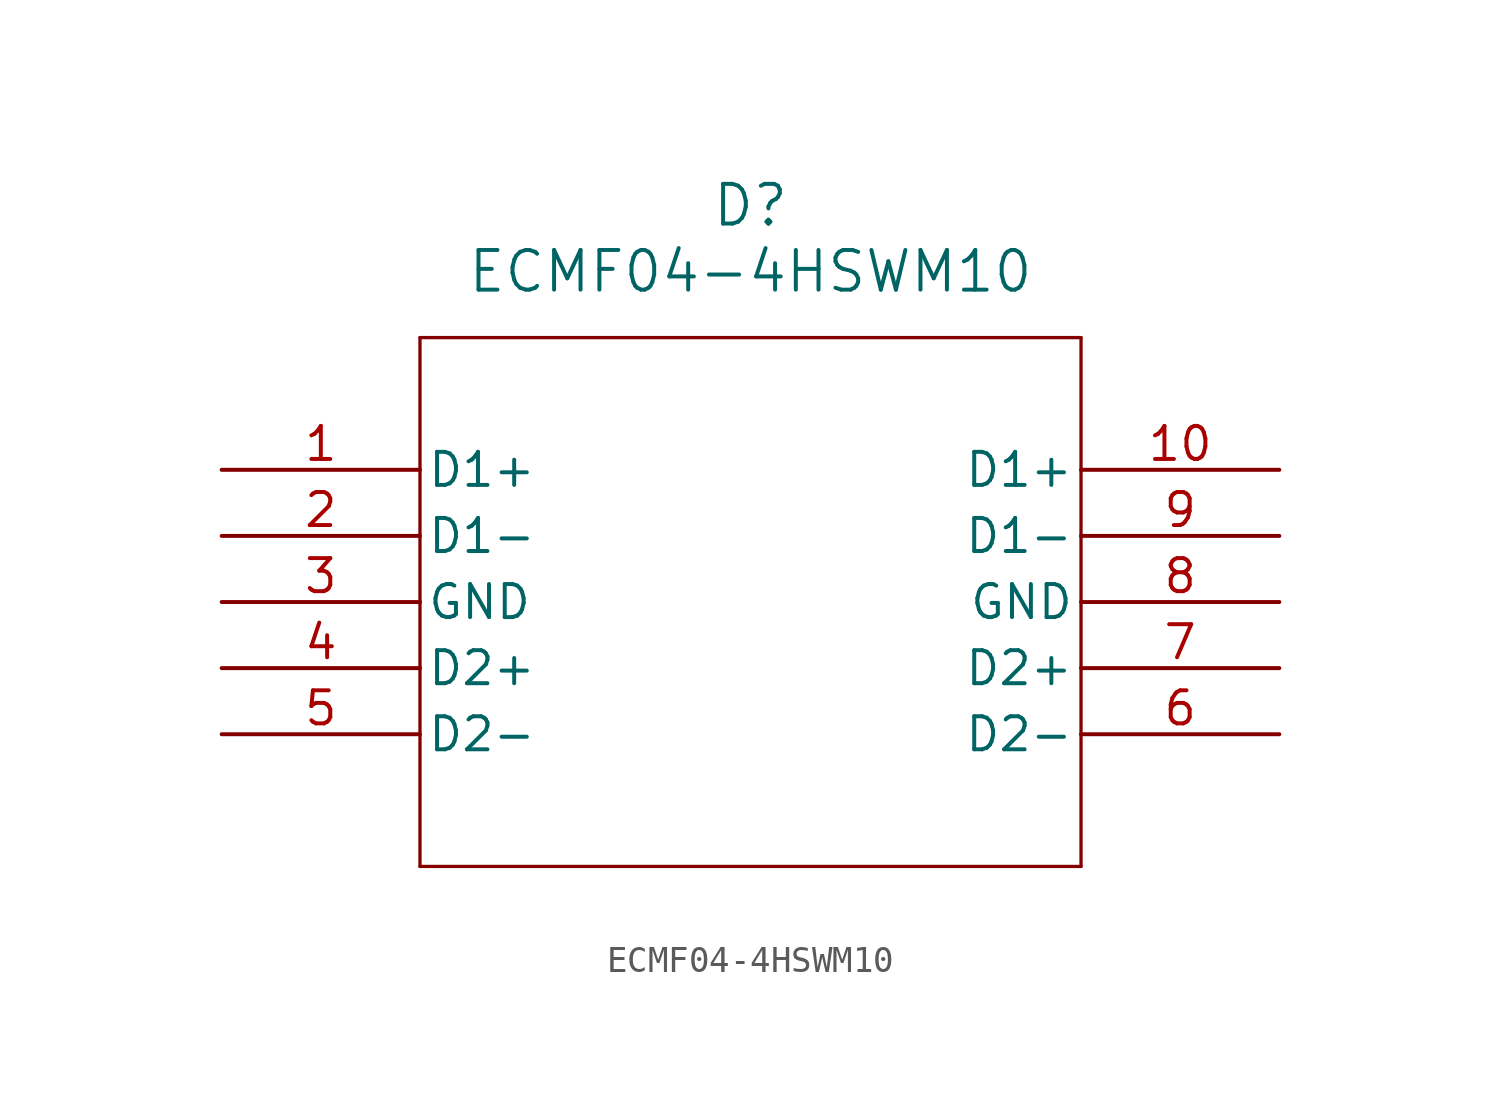
<source format=kicad_sym>
(kicad_symbol_lib
  (version 20211014)
  (generator kicad_symbol_editor)
  (symbol "ECMF04-4HSWM10"
    (pin_names
      (offset 0.254))
    (property "Reference" "D"
      (at 20.32 10.16 0)
      (effects (font (size 1.524 1.524))))
    (property "Value" "ECMF04-4HSWM10"
      (at 20.32 7.62 0)
      (effects (font (size 1.524 1.524))))
    (symbol "ECMF04-4HSWM10_0_1"
      (polyline (pts (xy 7.62 5.08) (xy 7.62 -15.24)) (stroke (width 0.127) (type default) (color 0 0 0 0)) (fill (type none)))
      (polyline (pts (xy 7.62 -15.24) (xy 33.02 -15.24)) (stroke (width 0.127) (type default) (color 0 0 0 0)) (fill (type none)))
      (polyline (pts (xy 33.02 -15.24) (xy 33.02 5.08)) (stroke (width 0.127) (type default) (color 0 0 0 0)) (fill (type none)))
      (polyline (pts (xy 33.02 5.08) (xy 7.62 5.08)) (stroke (width 0.127) (type default) (color 0 0 0 0)) (fill (type none)))
      (pin unspecified line (at 0 0 0) (length 7.62) (name "D1+" (effects (font (size 1.27 1.27)))) (number "1" (effects (font (size 1.27 1.27)))))
      (pin unspecified line (at 0 -2.54 0) (length 7.62) (name "D1-" (effects (font (size 1.27 1.27)))) (number "2" (effects (font (size 1.27 1.27)))))
      (pin power_out line (at 0 -5.08 0) (length 7.62) (name "GND" (effects (font (size 1.27 1.27)))) (number "3" (effects (font (size 1.27 1.27)))))
      (pin unspecified line (at 0 -7.62 0) (length 7.62) (name "D2+" (effects (font (size 1.27 1.27)))) (number "4" (effects (font (size 1.27 1.27)))))
      (pin unspecified line (at 0 -10.16 0) (length 7.62) (name "D2-" (effects (font (size 1.27 1.27)))) (number "5" (effects (font (size 1.27 1.27)))))
      (pin unspecified line (at 40.64 -10.16 180) (length 7.62) (name "D2-" (effects (font (size 1.27 1.27)))) (number "6" (effects (font (size 1.27 1.27)))))
      (pin unspecified line (at 40.64 -7.62 180) (length 7.62) (name "D2+" (effects (font (size 1.27 1.27)))) (number "7" (effects (font (size 1.27 1.27)))))
      (pin power_out line (at 40.64 -5.08 180) (length 7.62) (name "GND" (effects (font (size 1.27 1.27)))) (number "8" (effects (font (size 1.27 1.27)))))
      (pin unspecified line (at 40.64 -2.54 180) (length 7.62) (name "D1-" (effects (font (size 1.27 1.27)))) (number "9" (effects (font (size 1.27 1.27)))))
      (pin unspecified line (at 40.64 0 180) (length 7.62) (name "D1+" (effects (font (size 1.27 1.27)))) (number "10" (effects (font (size 1.27 1.27))))))))
</source>
